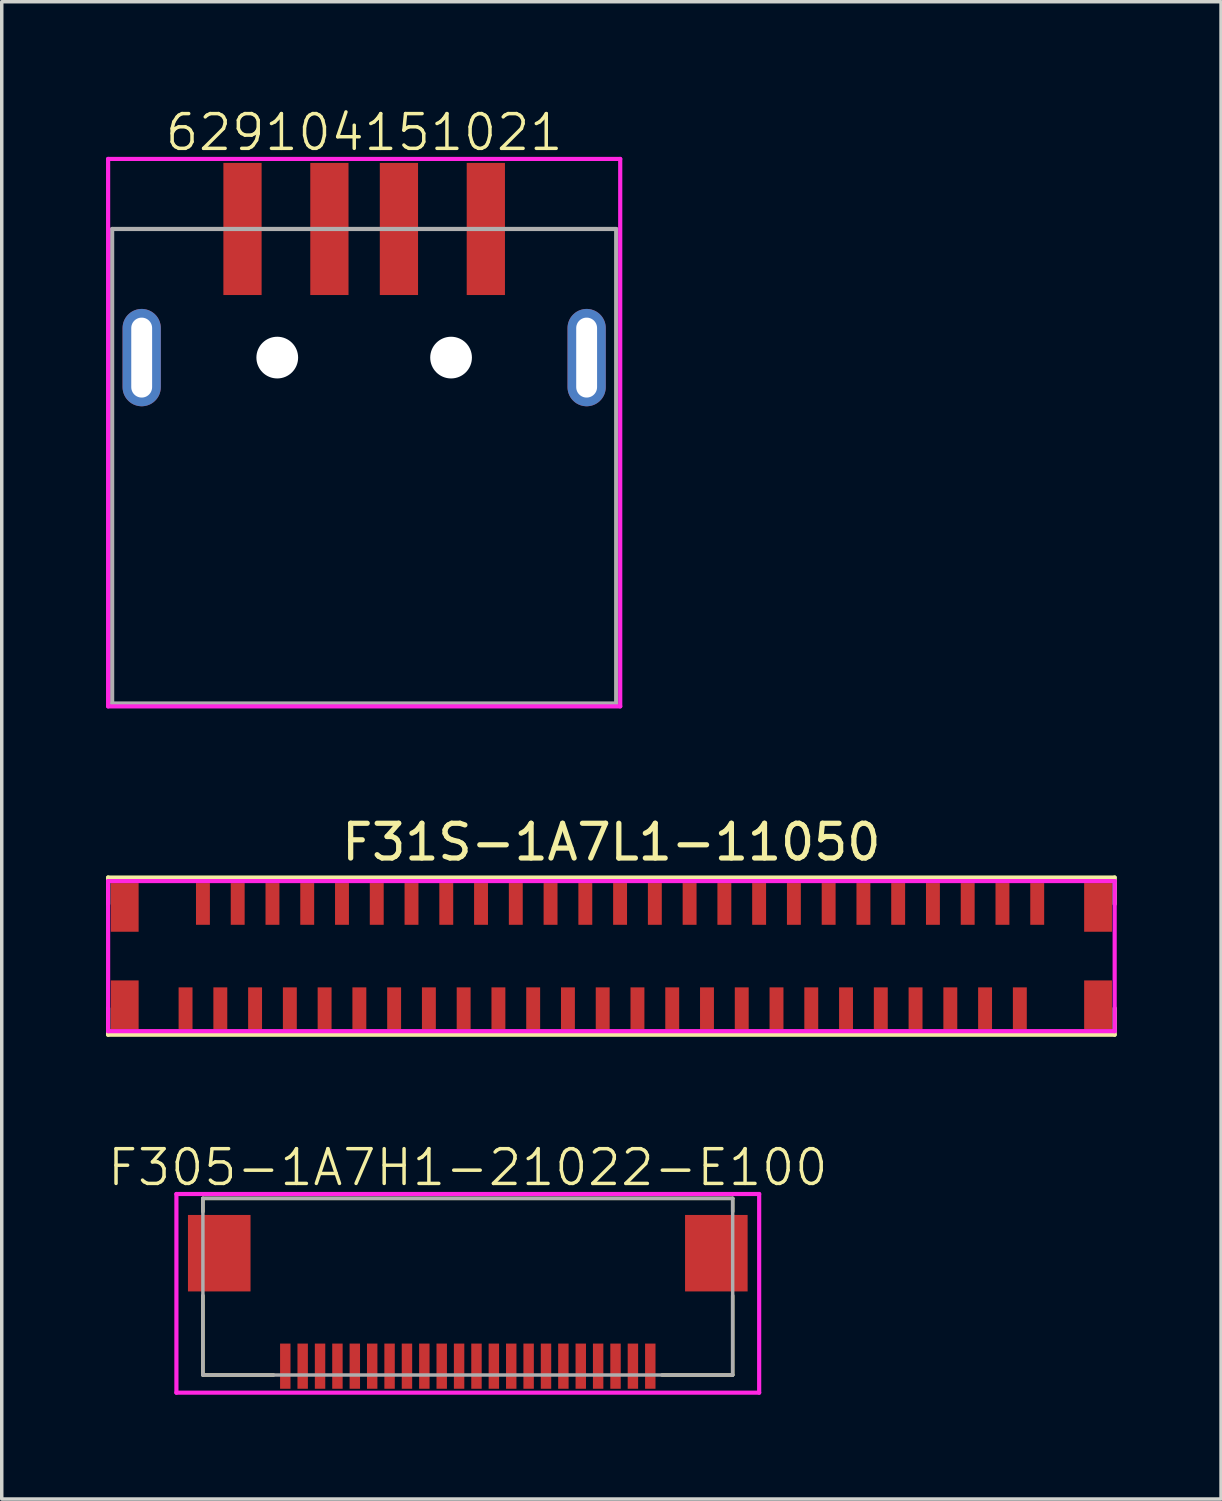
<source format=kicad_pcb>
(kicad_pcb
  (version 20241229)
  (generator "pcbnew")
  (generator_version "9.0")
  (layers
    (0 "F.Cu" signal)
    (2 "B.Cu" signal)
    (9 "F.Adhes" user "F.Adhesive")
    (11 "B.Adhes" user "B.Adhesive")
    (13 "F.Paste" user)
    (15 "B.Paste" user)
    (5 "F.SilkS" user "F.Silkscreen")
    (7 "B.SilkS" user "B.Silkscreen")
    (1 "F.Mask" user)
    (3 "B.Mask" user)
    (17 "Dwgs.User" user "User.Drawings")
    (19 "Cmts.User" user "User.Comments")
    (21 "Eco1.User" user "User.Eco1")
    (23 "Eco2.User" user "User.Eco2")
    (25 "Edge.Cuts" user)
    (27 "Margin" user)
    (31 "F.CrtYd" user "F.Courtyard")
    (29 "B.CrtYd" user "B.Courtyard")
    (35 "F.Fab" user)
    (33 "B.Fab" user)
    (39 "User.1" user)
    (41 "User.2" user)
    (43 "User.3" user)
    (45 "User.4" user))
  (footprint "F305-1A7H1-21022-E100"
    (layer "F.Cu")
    (at 10.407 36.251)
    (property "Reference" "F305-1A7H1-21022-E100" (at 0 -5.715 0) (layer "F.SilkS") (effects (font (size 1 1) (thickness 0.1))))
    (attr smd)
    (fp_line (start -7.62 -4.826) (end 7.62 -4.826) (stroke (width 0.1) (type default)) (layer "F.SilkS"))
    (fp_line (start -7.62 -4.445) (end -7.62 -4.826) (stroke (width 0.1) (type default)) (layer "F.SilkS"))
    (fp_line (start -7.62 -2.032) (end -7.62 0.254) (stroke (width 0.1) (type default)) (layer "F.SilkS"))
    (fp_line (start -7.62 0.254) (end -5.588 0.254) (stroke (width 0.1) (type default)) (layer "F.SilkS"))
    (fp_line (start 7.62 -4.826) (end 7.62 -4.445) (stroke (width 0.1) (type default)) (layer "F.SilkS"))
    (fp_line (start 7.62 -2.032) (end 7.62 0.254) (stroke (width 0.1) (type default)) (layer "F.SilkS"))
    (fp_line (start 7.62 0.254) (end 5.588 0.254) (stroke (width 0.1) (type default)) (layer "F.SilkS"))
    (fp_line (start -8.382 -4.953) (end -8.382 0.762) (stroke (width 0.12) (type solid)) (layer "F.CrtYd"))
    (fp_line (start -8.382 -4.953) (end 8.382 -4.953) (stroke (width 0.12) (type solid)) (layer "F.CrtYd"))
    (fp_line (start -8.382 0.762) (end 8.382 0.762) (stroke (width 0.12) (type solid)) (layer "F.CrtYd"))
    (fp_line (start 8.382 -4.953) (end 8.382 0.762) (stroke (width 0.12) (type solid)) (layer "F.CrtYd"))
    (fp_line (start -7.62 -4.826) (end -7.62 0.254) (stroke (width 0.1) (type default)) (layer "F.Fab"))
    (fp_line (start -7.62 -4.826) (end 7.62 -4.826) (stroke (width 0.1) (type default)) (layer "F.Fab"))
    (fp_line (start -7.62 0.254) (end 7.62 0.254) (stroke (width 0.1) (type default)) (layer "F.Fab"))
    (fp_line (start 7.62 -4.826) (end 7.62 0.254) (stroke (width 0.1) (type default)) (layer "F.Fab"))
    (pad "" smd rect (at -7.15 -3.25) (size 1.8 2.2) (layers "F.Cu" "F.Mask" "F.Paste"))
    (pad "" smd rect (at 7.15 -3.25) (size 1.8 2.2) (layers "F.Cu" "F.Mask" "F.Paste"))
    (pad "1" smd rect (at -5.25 0) (size 0.3 1.3) (layers "F.Cu" "F.Mask" "F.Paste"))
    (pad "2" smd rect (at -4.75 0) (size 0.3 1.3) (layers "F.Cu" "F.Mask" "F.Paste"))
    (pad "3" smd rect (at -4.25 0) (size 0.3 1.3) (layers "F.Cu" "F.Mask" "F.Paste"))
    (pad "4" smd rect (at -3.75 0) (size 0.3 1.3) (layers "F.Cu" "F.Mask" "F.Paste"))
    (pad "5" smd rect (at -3.25 0) (size 0.3 1.3) (layers "F.Cu" "F.Mask" "F.Paste"))
    (pad "6" smd rect (at -2.75 0) (size 0.3 1.3) (layers "F.Cu" "F.Mask" "F.Paste"))
    (pad "7" smd rect (at -2.25 0) (size 0.3 1.3) (layers "F.Cu" "F.Mask" "F.Paste"))
    (pad "8" smd rect (at -1.75 0) (size 0.3 1.3) (layers "F.Cu" "F.Mask" "F.Paste"))
    (pad "9" smd rect (at -1.25 0) (size 0.3 1.3) (layers "F.Cu" "F.Mask" "F.Paste"))
    (pad "10" smd rect (at -0.75 0) (size 0.3 1.3) (layers "F.Cu" "F.Mask" "F.Paste"))
    (pad "11" smd rect (at -0.25 0) (size 0.3 1.3) (layers "F.Cu" "F.Mask" "F.Paste"))
    (pad "12" smd rect (at 0.25 0) (size 0.3 1.3) (layers "F.Cu" "F.Mask" "F.Paste"))
    (pad "13" smd rect (at 0.75 0) (size 0.3 1.3) (layers "F.Cu" "F.Mask" "F.Paste"))
    (pad "14" smd rect (at 1.25 0) (size 0.3 1.3) (layers "F.Cu" "F.Mask" "F.Paste"))
    (pad "15" smd rect (at 1.75 0) (size 0.3 1.3) (layers "F.Cu" "F.Mask" "F.Paste"))
    (pad "16" smd rect (at 2.25 0) (size 0.3 1.3) (layers "F.Cu" "F.Mask" "F.Paste"))
    (pad "17" smd rect (at 2.75 0) (size 0.3 1.3) (layers "F.Cu" "F.Mask" "F.Paste"))
    (pad "18" smd rect (at 3.25 0) (size 0.3 1.3) (layers "F.Cu" "F.Mask" "F.Paste"))
    (pad "19" smd rect (at 3.75 0) (size 0.3 1.3) (layers "F.Cu" "F.Mask" "F.Paste"))
    (pad "20" smd rect (at 4.25 0) (size 0.3 1.3) (layers "F.Cu" "F.Mask" "F.Paste"))
    (pad "21" smd rect (at 4.75 0) (size 0.3 1.3) (layers "F.Cu" "F.Mask" "F.Paste"))
    (pad "22" smd rect (at 5.25 0) (size 0.3 1.3) (layers "F.Cu" "F.Mask" "F.Paste")))
  (footprint "F31S-1A7L1-11050"
    (layer "F.Cu")
    (at 14.538 21.534)
    (property "Reference" "F31S-1A7L1-11050" (at 0 -0.356 0) (layer "F.SilkS") (effects (font (size 1 1) (thickness 0.15))))
    (attr through_hole)
    (fp_line (start -14.478 0.66) (end 14.478 0.66) (stroke (width 0.12) (type solid)) (layer "F.SilkS"))
    (fp_line (start -14.478 1.422) (end -14.478 0.66) (stroke (width 0.12) (type solid)) (layer "F.SilkS"))
    (fp_line (start -14.478 4.42) (end -14.478 5.182) (stroke (width 0.12) (type solid)) (layer "F.SilkS"))
    (fp_line (start -14.478 5.182) (end 14.478 5.182) (stroke (width 0.12) (type solid)) (layer "F.SilkS"))
    (fp_line (start 14.478 0.66) (end 14.478 1.422) (stroke (width 0.12) (type solid)) (layer "F.SilkS"))
    (fp_line (start 14.478 4.42) (end 14.478 5.182) (stroke (width 0.12) (type solid)) (layer "F.SilkS"))
    (fp_line (start -14.478 0.762) (end -14.478 5.08) (stroke (width 0.12) (type solid)) (layer "F.CrtYd"))
    (fp_line (start -14.478 5.08) (end 14.478 5.08) (stroke (width 0.12) (type solid)) (layer "F.CrtYd"))
    (fp_line (start 14.478 0.762) (end -14.478 0.762) (stroke (width 0.12) (type solid)) (layer "F.CrtYd"))
    (fp_line (start 14.478 5.08) (end 14.478 0.762) (stroke (width 0.12) (type solid)) (layer "F.CrtYd"))
    (pad "" smd rect (at -14 1.52) (size 0.8 1.4) (layers "F.Cu" "F.Mask" "F.Paste"))
    (pad "" smd rect (at -14 4.32) (size 0.8 1.4) (layers "F.Cu" "F.Mask" "F.Paste"))
    (pad "" smd rect (at 14 1.52) (size 0.8 1.4) (layers "F.Cu" "F.Mask" "F.Paste"))
    (pad "" smd rect (at 14 4.32) (size 0.8 1.4) (layers "F.Cu" "F.Mask" "F.Paste"))
    (pad "1" smd rect (at -12.25 4.42) (size 0.4 1.2) (layers "F.Cu" "F.Mask" "F.Paste"))
    (pad "2" smd rect (at -11.75 1.42) (size 0.4 1.2) (layers "F.Cu" "F.Mask" "F.Paste"))
    (pad "3" smd rect (at -11.25 4.42) (size 0.4 1.2) (layers "F.Cu" "F.Mask" "F.Paste"))
    (pad "4" smd rect (at -10.75 1.42) (size 0.4 1.2) (layers "F.Cu" "F.Mask" "F.Paste"))
    (pad "5" smd rect (at -10.25 4.42) (size 0.4 1.2) (layers "F.Cu" "F.Mask" "F.Paste"))
    (pad "6" smd rect (at -9.75 1.42) (size 0.4 1.2) (layers "F.Cu" "F.Mask" "F.Paste"))
    (pad "7" smd rect (at -9.25 4.42) (size 0.4 1.2) (layers "F.Cu" "F.Mask" "F.Paste"))
    (pad "8" smd rect (at -8.75 1.42) (size 0.4 1.2) (layers "F.Cu" "F.Mask" "F.Paste"))
    (pad "9" smd rect (at -8.25 4.42) (size 0.4 1.2) (layers "F.Cu" "F.Mask" "F.Paste"))
    (pad "10" smd rect (at -7.75 1.42) (size 0.4 1.2) (layers "F.Cu" "F.Mask" "F.Paste"))
    (pad "11" smd rect (at -7.25 4.42) (size 0.4 1.2) (layers "F.Cu" "F.Mask" "F.Paste"))
    (pad "12" smd rect (at -6.75 1.42) (size 0.4 1.2) (layers "F.Cu" "F.Mask" "F.Paste"))
    (pad "13" smd rect (at -6.25 4.42) (size 0.4 1.2) (layers "F.Cu" "F.Mask" "F.Paste"))
    (pad "14" smd rect (at -5.75 1.42) (size 0.4 1.2) (layers "F.Cu" "F.Mask" "F.Paste"))
    (pad "15" smd rect (at -5.25 4.42) (size 0.4 1.2) (layers "F.Cu" "F.Mask" "F.Paste"))
    (pad "16" smd rect (at -4.75 1.42) (size 0.4 1.2) (layers "F.Cu" "F.Mask" "F.Paste"))
    (pad "17" smd rect (at -4.25 4.42) (size 0.4 1.2) (layers "F.Cu" "F.Mask" "F.Paste"))
    (pad "18" smd rect (at -3.75 1.42) (size 0.4 1.2) (layers "F.Cu" "F.Mask" "F.Paste"))
    (pad "19" smd rect (at -3.25 4.42) (size 0.4 1.2) (layers "F.Cu" "F.Mask" "F.Paste"))
    (pad "20" smd rect (at -2.75 1.42) (size 0.4 1.2) (layers "F.Cu" "F.Mask" "F.Paste"))
    (pad "21" smd rect (at -2.25 4.42) (size 0.4 1.2) (layers "F.Cu" "F.Mask" "F.Paste"))
    (pad "22" smd rect (at -1.75 1.42) (size 0.4 1.2) (layers "F.Cu" "F.Mask" "F.Paste"))
    (pad "23" smd rect (at -1.25 4.42) (size 0.4 1.2) (layers "F.Cu" "F.Mask" "F.Paste"))
    (pad "24" smd rect (at -0.75 1.42) (size 0.4 1.2) (layers "F.Cu" "F.Mask" "F.Paste"))
    (pad "25" smd rect (at -0.25 4.42) (size 0.4 1.2) (layers "F.Cu" "F.Mask" "F.Paste"))
    (pad "26" smd rect (at 0.25 1.42) (size 0.4 1.2) (layers "F.Cu" "F.Mask" "F.Paste"))
    (pad "27" smd rect (at 0.75 4.42) (size 0.4 1.2) (layers "F.Cu" "F.Mask" "F.Paste"))
    (pad "28" smd rect (at 1.25 1.42) (size 0.4 1.2) (layers "F.Cu" "F.Mask" "F.Paste"))
    (pad "29" smd rect (at 1.75 4.42) (size 0.4 1.2) (layers "F.Cu" "F.Mask" "F.Paste"))
    (pad "30" smd rect (at 2.25 1.42) (size 0.4 1.2) (layers "F.Cu" "F.Mask" "F.Paste"))
    (pad "31" smd rect (at 2.75 4.42) (size 0.4 1.2) (layers "F.Cu" "F.Mask" "F.Paste"))
    (pad "32" smd rect (at 3.25 1.42) (size 0.4 1.2) (layers "F.Cu" "F.Mask" "F.Paste"))
    (pad "33" smd rect (at 3.75 4.42) (size 0.4 1.2) (layers "F.Cu" "F.Mask" "F.Paste"))
    (pad "34" smd rect (at 4.25 1.42) (size 0.4 1.2) (layers "F.Cu" "F.Mask" "F.Paste"))
    (pad "35" smd rect (at 4.75 4.42) (size 0.4 1.2) (layers "F.Cu" "F.Mask" "F.Paste"))
    (pad "36" smd rect (at 5.25 1.42) (size 0.4 1.2) (layers "F.Cu" "F.Mask" "F.Paste"))
    (pad "37" smd rect (at 5.75 4.42) (size 0.4 1.2) (layers "F.Cu" "F.Mask" "F.Paste"))
    (pad "38" smd rect (at 6.25 1.42) (size 0.4 1.2) (layers "F.Cu" "F.Mask" "F.Paste"))
    (pad "39" smd rect (at 6.75 4.42) (size 0.4 1.2) (layers "F.Cu" "F.Mask" "F.Paste"))
    (pad "40" smd rect (at 7.25 1.42) (size 0.4 1.2) (layers "F.Cu" "F.Mask" "F.Paste"))
    (pad "41" smd rect (at 7.75 4.42) (size 0.4 1.2) (layers "F.Cu" "F.Mask" "F.Paste"))
    (pad "42" smd rect (at 8.25 1.42) (size 0.4 1.2) (layers "F.Cu" "F.Mask" "F.Paste"))
    (pad "43" smd rect (at 8.75 4.42) (size 0.4 1.2) (layers "F.Cu" "F.Mask" "F.Paste"))
    (pad "44" smd rect (at 9.25 1.42) (size 0.4 1.2) (layers "F.Cu" "F.Mask" "F.Paste"))
    (pad "45" smd rect (at 9.75 4.42) (size 0.4 1.2) (layers "F.Cu" "F.Mask" "F.Paste"))
    (pad "46" smd rect (at 10.25 1.42) (size 0.4 1.2) (layers "F.Cu" "F.Mask" "F.Paste"))
    (pad "47" smd rect (at 10.75 4.42) (size 0.4 1.2) (layers "F.Cu" "F.Mask" "F.Paste"))
    (pad "48" smd rect (at 11.25 1.42) (size 0.4 1.2) (layers "F.Cu" "F.Mask" "F.Paste"))
    (pad "49" smd rect (at 11.75 4.42) (size 0.4 1.2) (layers "F.Cu" "F.Mask" "F.Paste"))
    (pad "50" smd rect (at 12.25 1.42) (size 0.4 1.2) (layers "F.Cu" "F.Mask" "F.Paste")))
  (footprint "629104151021"
    (layer "F.Cu")
    (at 7.426 7.237)
    (property "Reference" "629104151021" (at 0 -6.477 0) (unlocked yes) (layer "F.SilkS") (effects (font (size 1 1) (thickness 0.1))))
    (attr smd)
    (fp_line (start -7.366 10.033) (end -7.366 -5.715) (stroke (width 0.12) (type solid)) (layer "F.CrtYd"))
    (fp_line (start 7.366 -5.715) (end -7.366 -5.715) (stroke (width 0.12) (type solid)) (layer "F.CrtYd"))
    (fp_line (start 7.366 -5.715) (end 7.366 10.033) (stroke (width 0.12) (type solid)) (layer "F.CrtYd"))
    (fp_line (start 7.366 10.033) (end -7.366 10.033) (stroke (width 0.12) (type solid)) (layer "F.CrtYd"))
    (fp_line (start -7.25 -3.7) (end -7.25 9.95) (stroke (width 0.12) (type solid)) (layer "F.Fab"))
    (fp_line (start -7.25 -3.7) (end 7.25 -3.7) (stroke (width 0.12) (type solid)) (layer "F.Fab"))
    (fp_line (start -7.25 9.95) (end 7.25 9.95) (stroke (width 0.12) (type solid)) (layer "F.Fab"))
    (fp_line (start 7.25 -3.7) (end 7.25 9.95) (stroke (width 0.12) (type solid)) (layer "F.Fab"))
    (pad "" np_thru_hole circle (at -2.5 0) (size 1.2 1.2) (drill 1.2) (layers "*.Cu" "*.Mask"))
    (pad "" np_thru_hole circle (at 2.5 0) (size 1.2 1.2) (drill 1.2) (layers "*.Cu" "*.Mask"))
    (pad "1" smd rect (at -3.5 -3.7) (size 1.1 3.8) (layers "F.Cu" "F.Mask" "F.Paste"))
    (pad "2" smd rect (at -1 -3.7) (size 1.1 3.8) (layers "F.Cu" "F.Mask" "F.Paste"))
    (pad "3" smd rect (at 1 -3.7) (size 1.1 3.8) (layers "F.Cu" "F.Mask" "F.Paste"))
    (pad "4" smd rect (at 3.5 -3.7) (size 1.1 3.8) (layers "F.Cu" "F.Mask" "F.Paste"))
    (pad "SHLD" thru_hole oval (at -6.4 0) (size 1.1 2.8) (drill oval 0.6 2.3) (layers "*.Cu" "*.Mask"))
    (pad "SHLD" thru_hole oval (at 6.4 0) (size 1.1 2.8) (drill oval 0.6 2.3) (layers "*.Cu" "*.Mask")))
  (gr_rect
    (start -3 -3)
    (end 32.076 40.073)
    (stroke (width 0.1) (type default))
    (fill no)
    (layer "Edge.Cuts")))
</source>
